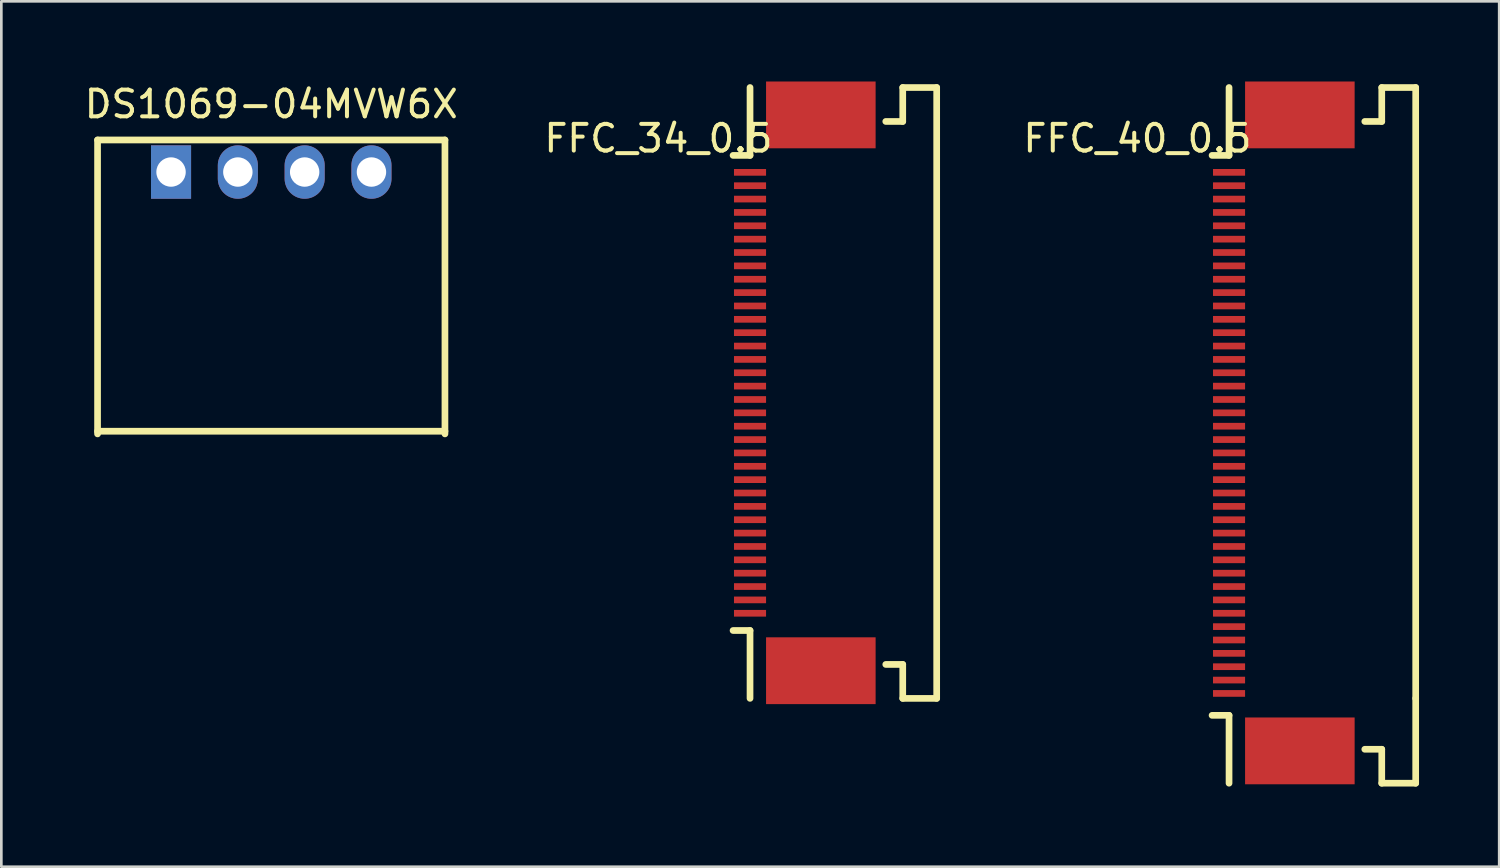
<source format=kicad_pcb>
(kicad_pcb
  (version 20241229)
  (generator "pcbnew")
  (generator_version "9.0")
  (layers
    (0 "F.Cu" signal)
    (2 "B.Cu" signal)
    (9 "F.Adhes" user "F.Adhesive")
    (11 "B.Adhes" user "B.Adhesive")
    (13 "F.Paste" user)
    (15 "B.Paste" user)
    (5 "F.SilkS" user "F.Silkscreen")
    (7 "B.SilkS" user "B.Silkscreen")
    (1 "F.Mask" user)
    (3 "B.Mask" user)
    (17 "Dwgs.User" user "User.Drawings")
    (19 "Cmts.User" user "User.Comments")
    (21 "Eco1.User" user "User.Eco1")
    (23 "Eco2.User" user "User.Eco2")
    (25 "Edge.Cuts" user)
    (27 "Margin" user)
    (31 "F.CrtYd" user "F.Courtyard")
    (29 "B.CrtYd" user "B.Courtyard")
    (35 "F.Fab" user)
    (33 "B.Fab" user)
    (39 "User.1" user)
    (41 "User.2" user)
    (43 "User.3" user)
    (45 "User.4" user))
  (footprint "FFC_40_0.5"
    (layer "F.Cu")
    (at 42.944 3.4)
    (property "Reference" "FFC_40_0.5" (at -3.429 -1.27 180) (layer "F.SilkS") (effects (font (size 1 1) (thickness 0.15))))
    (attr through_hole)
    (fp_line (start -0.635 20.32) (end 0 20.32) (stroke (width 0.25) (type solid)) (layer "F.SilkS"))
    (fp_line (start 0 -3.175) (end 0 -0.635) (stroke (width 0.25) (type solid)) (layer "F.SilkS"))
    (fp_line (start 0 -0.635) (end -0.635 -0.635) (stroke (width 0.25) (type solid)) (layer "F.SilkS"))
    (fp_line (start 0 20.32) (end 0 22.86) (stroke (width 0.25) (type solid)) (layer "F.SilkS"))
    (fp_line (start 5.08 -1.905) (end 5.715 -1.905) (stroke (width 0.25) (type solid)) (layer "F.SilkS"))
    (fp_line (start 5.715 -3.175) (end 6.985 -3.175) (stroke (width 0.25) (type solid)) (layer "F.SilkS"))
    (fp_line (start 5.715 -1.905) (end 5.715 -3.175) (stroke (width 0.25) (type solid)) (layer "F.SilkS"))
    (fp_line (start 5.715 21.59) (end 5.08 21.59) (stroke (width 0.25) (type solid)) (layer "F.SilkS"))
    (fp_line (start 5.715 22.86) (end 5.715 21.59) (stroke (width 0.25) (type solid)) (layer "F.SilkS"))
    (fp_line (start 6.985 -3.175) (end 6.985 19.685) (stroke (width 0.25) (type solid)) (layer "F.SilkS"))
    (fp_line (start 6.985 19.685) (end 6.985 22.86) (stroke (width 0.25) (type solid)) (layer "F.SilkS"))
    (fp_line (start 6.985 22.86) (end 5.715 22.86) (stroke (width 0.25) (type solid)) (layer "F.SilkS"))
    (pad "1" smd rect (at 0 0) (size 1.2 0.25) (layers "F.Cu" "F.Mask" "F.Paste"))
    (pad "2" smd rect (at 0 0.5) (size 1.2 0.25) (layers "F.Cu" "F.Mask" "F.Paste"))
    (pad "3" smd rect (at 0 1) (size 1.2 0.25) (layers "F.Cu" "F.Mask" "F.Paste"))
    (pad "4" smd rect (at 0 1.5) (size 1.2 0.25) (layers "F.Cu" "F.Mask" "F.Paste"))
    (pad "5" smd rect (at 0 2) (size 1.2 0.25) (layers "F.Cu" "F.Mask" "F.Paste"))
    (pad "6" smd rect (at 0 2.5) (size 1.2 0.25) (layers "F.Cu" "F.Mask" "F.Paste"))
    (pad "7" smd rect (at 0 3) (size 1.2 0.25) (layers "F.Cu" "F.Mask" "F.Paste"))
    (pad "8" smd rect (at 0 3.5) (size 1.2 0.25) (layers "F.Cu" "F.Mask" "F.Paste"))
    (pad "9" smd rect (at 0 4) (size 1.2 0.25) (layers "F.Cu" "F.Mask" "F.Paste"))
    (pad "10" smd rect (at 0 4.5) (size 1.2 0.25) (layers "F.Cu" "F.Mask" "F.Paste"))
    (pad "11" smd rect (at 0 5) (size 1.2 0.25) (layers "F.Cu" "F.Mask" "F.Paste"))
    (pad "12" smd rect (at 0 5.5) (size 1.2 0.25) (layers "F.Cu" "F.Mask" "F.Paste"))
    (pad "13" smd rect (at 0 6) (size 1.2 0.25) (layers "F.Cu" "F.Mask" "F.Paste"))
    (pad "14" smd rect (at 0 6.5) (size 1.2 0.25) (layers "F.Cu" "F.Mask" "F.Paste"))
    (pad "15" smd rect (at 0 7) (size 1.2 0.25) (layers "F.Cu" "F.Mask" "F.Paste"))
    (pad "16" smd rect (at 0 7.5) (size 1.2 0.25) (layers "F.Cu" "F.Mask" "F.Paste"))
    (pad "17" smd rect (at 0 8) (size 1.2 0.25) (layers "F.Cu" "F.Mask" "F.Paste"))
    (pad "18" smd rect (at 0 8.5) (size 1.2 0.25) (layers "F.Cu" "F.Mask" "F.Paste"))
    (pad "19" smd rect (at 0 9) (size 1.2 0.25) (layers "F.Cu" "F.Mask" "F.Paste"))
    (pad "20" smd rect (at 0 9.5) (size 1.2 0.25) (layers "F.Cu" "F.Mask" "F.Paste"))
    (pad "21" smd rect (at 0 10) (size 1.2 0.25) (layers "F.Cu" "F.Mask" "F.Paste"))
    (pad "22" smd rect (at 0 10.5) (size 1.2 0.25) (layers "F.Cu" "F.Mask" "F.Paste"))
    (pad "23" smd rect (at 0 11) (size 1.2 0.25) (layers "F.Cu" "F.Mask" "F.Paste"))
    (pad "24" smd rect (at 0 11.5) (size 1.2 0.25) (layers "F.Cu" "F.Mask" "F.Paste"))
    (pad "25" smd rect (at 0 12) (size 1.2 0.25) (layers "F.Cu" "F.Mask" "F.Paste"))
    (pad "26" smd rect (at 0 12.5) (size 1.2 0.25) (layers "F.Cu" "F.Mask" "F.Paste"))
    (pad "27" smd rect (at 0 13) (size 1.2 0.25) (layers "F.Cu" "F.Mask" "F.Paste"))
    (pad "28" smd rect (at 0 13.5) (size 1.2 0.25) (layers "F.Cu" "F.Mask" "F.Paste"))
    (pad "29" smd rect (at 0 14) (size 1.2 0.25) (layers "F.Cu" "F.Mask" "F.Paste"))
    (pad "30" smd rect (at 0 14.5) (size 1.2 0.25) (layers "F.Cu" "F.Mask" "F.Paste"))
    (pad "31" smd rect (at 0 15) (size 1.2 0.25) (layers "F.Cu" "F.Mask" "F.Paste"))
    (pad "32" smd rect (at 0 15.5) (size 1.2 0.25) (layers "F.Cu" "F.Mask" "F.Paste"))
    (pad "33" smd rect (at 0 16) (size 1.2 0.25) (layers "F.Cu" "F.Mask" "F.Paste"))
    (pad "34" smd rect (at 0 16.5) (size 1.2 0.25) (layers "F.Cu" "F.Mask" "F.Paste"))
    (pad "35" smd rect (at 0 17) (size 1.2 0.25) (layers "F.Cu" "F.Mask" "F.Paste"))
    (pad "36" smd rect (at 0 17.5) (size 1.2 0.25) (layers "F.Cu" "F.Mask" "F.Paste"))
    (pad "37" smd rect (at 0 18) (size 1.2 0.25) (layers "F.Cu" "F.Mask" "F.Paste"))
    (pad "38" smd rect (at 0 18.5) (size 1.2 0.25) (layers "F.Cu" "F.Mask" "F.Paste"))
    (pad "39" smd rect (at 0 19) (size 1.2 0.25) (layers "F.Cu" "F.Mask" "F.Paste"))
    (pad "40" smd rect (at 0 19.5) (size 1.2 0.25) (layers "F.Cu" "F.Mask" "F.Paste"))
    (pad "M1" smd rect (at 2.65 -2.15) (size 4.1 2.5) (layers "F.Cu" "F.Mask" "F.Paste"))
    (pad "M1" smd rect (at 2.65 21.65) (size 4.1 2.5) (layers "F.Cu" "F.Mask" "F.Paste")))
  (footprint "FFC_34_0.5"
    (layer "F.Cu")
    (at 25.018 3.4)
    (property "Reference" "FFC_34_0.5" (at -3.429 -1.27 180) (layer "F.SilkS") (effects (font (size 1 1) (thickness 0.15))))
    (attr through_hole)
    (fp_line (start -0.635 17.145) (end 0 17.145) (stroke (width 0.25) (type solid)) (layer "F.SilkS"))
    (fp_line (start 0 -3.175) (end 0 -0.635) (stroke (width 0.25) (type solid)) (layer "F.SilkS"))
    (fp_line (start 0 -0.635) (end -0.635 -0.635) (stroke (width 0.25) (type solid)) (layer "F.SilkS"))
    (fp_line (start 0 17.145) (end 0 19.685) (stroke (width 0.25) (type solid)) (layer "F.SilkS"))
    (fp_line (start 5.08 -1.905) (end 5.715 -1.905) (stroke (width 0.25) (type solid)) (layer "F.SilkS"))
    (fp_line (start 5.715 -3.175) (end 6.985 -3.175) (stroke (width 0.25) (type solid)) (layer "F.SilkS"))
    (fp_line (start 5.715 -1.905) (end 5.715 -3.175) (stroke (width 0.25) (type solid)) (layer "F.SilkS"))
    (fp_line (start 5.715 18.415) (end 5.08 18.415) (stroke (width 0.25) (type solid)) (layer "F.SilkS"))
    (fp_line (start 5.715 19.685) (end 5.715 18.415) (stroke (width 0.25) (type solid)) (layer "F.SilkS"))
    (fp_line (start 6.985 -3.175) (end 6.985 19.685) (stroke (width 0.25) (type solid)) (layer "F.SilkS"))
    (fp_line (start 6.985 19.685) (end 5.715 19.685) (stroke (width 0.25) (type solid)) (layer "F.SilkS"))
    (pad "1" smd rect (at 0 0) (size 1.2 0.25) (layers "F.Cu" "F.Mask" "F.Paste"))
    (pad "2" smd rect (at 0 0.5) (size 1.2 0.25) (layers "F.Cu" "F.Mask" "F.Paste"))
    (pad "3" smd rect (at 0 1) (size 1.2 0.25) (layers "F.Cu" "F.Mask" "F.Paste"))
    (pad "4" smd rect (at 0 1.5) (size 1.2 0.25) (layers "F.Cu" "F.Mask" "F.Paste"))
    (pad "5" smd rect (at 0 2) (size 1.2 0.25) (layers "F.Cu" "F.Mask" "F.Paste"))
    (pad "6" smd rect (at 0 2.5) (size 1.2 0.25) (layers "F.Cu" "F.Mask" "F.Paste"))
    (pad "7" smd rect (at 0 3) (size 1.2 0.25) (layers "F.Cu" "F.Mask" "F.Paste"))
    (pad "8" smd rect (at 0 3.5) (size 1.2 0.25) (layers "F.Cu" "F.Mask" "F.Paste"))
    (pad "9" smd rect (at 0 4) (size 1.2 0.25) (layers "F.Cu" "F.Mask" "F.Paste"))
    (pad "10" smd rect (at 0 4.5) (size 1.2 0.25) (layers "F.Cu" "F.Mask" "F.Paste"))
    (pad "11" smd rect (at 0 5) (size 1.2 0.25) (layers "F.Cu" "F.Mask" "F.Paste"))
    (pad "12" smd rect (at 0 5.5) (size 1.2 0.25) (layers "F.Cu" "F.Mask" "F.Paste"))
    (pad "13" smd rect (at 0 6) (size 1.2 0.25) (layers "F.Cu" "F.Mask" "F.Paste"))
    (pad "14" smd rect (at 0 6.5) (size 1.2 0.25) (layers "F.Cu" "F.Mask" "F.Paste"))
    (pad "15" smd rect (at 0 7) (size 1.2 0.25) (layers "F.Cu" "F.Mask" "F.Paste"))
    (pad "16" smd rect (at 0 7.5) (size 1.2 0.25) (layers "F.Cu" "F.Mask" "F.Paste"))
    (pad "17" smd rect (at 0 8) (size 1.2 0.25) (layers "F.Cu" "F.Mask" "F.Paste"))
    (pad "18" smd rect (at 0 8.5) (size 1.2 0.25) (layers "F.Cu" "F.Mask" "F.Paste"))
    (pad "19" smd rect (at 0 9) (size 1.2 0.25) (layers "F.Cu" "F.Mask" "F.Paste"))
    (pad "20" smd rect (at 0 9.5) (size 1.2 0.25) (layers "F.Cu" "F.Mask" "F.Paste"))
    (pad "21" smd rect (at 0 10) (size 1.2 0.25) (layers "F.Cu" "F.Mask" "F.Paste"))
    (pad "22" smd rect (at 0 10.5) (size 1.2 0.25) (layers "F.Cu" "F.Mask" "F.Paste"))
    (pad "23" smd rect (at 0 11) (size 1.2 0.25) (layers "F.Cu" "F.Mask" "F.Paste"))
    (pad "24" smd rect (at 0 11.5) (size 1.2 0.25) (layers "F.Cu" "F.Mask" "F.Paste"))
    (pad "25" smd rect (at 0 12) (size 1.2 0.25) (layers "F.Cu" "F.Mask" "F.Paste"))
    (pad "26" smd rect (at 0 12.5) (size 1.2 0.25) (layers "F.Cu" "F.Mask" "F.Paste"))
    (pad "27" smd rect (at 0 13) (size 1.2 0.25) (layers "F.Cu" "F.Mask" "F.Paste"))
    (pad "28" smd rect (at 0 13.5) (size 1.2 0.25) (layers "F.Cu" "F.Mask" "F.Paste"))
    (pad "29" smd rect (at 0 14) (size 1.2 0.25) (layers "F.Cu" "F.Mask" "F.Paste"))
    (pad "30" smd rect (at 0 14.5) (size 1.2 0.25) (layers "F.Cu" "F.Mask" "F.Paste"))
    (pad "31" smd rect (at 0 15) (size 1.2 0.25) (layers "F.Cu" "F.Mask" "F.Paste"))
    (pad "32" smd rect (at 0 15.5) (size 1.2 0.25) (layers "F.Cu" "F.Mask" "F.Paste"))
    (pad "33" smd rect (at 0 16) (size 1.2 0.25) (layers "F.Cu" "F.Mask" "F.Paste"))
    (pad "34" smd rect (at 0 16.5) (size 1.2 0.25) (layers "F.Cu" "F.Mask" "F.Paste"))
    (pad "M1" smd rect (at 2.65 -2.15) (size 4.1 2.5) (layers "F.Cu" "F.Mask" "F.Paste"))
    (pad "M1" smd rect (at 2.65 18.65) (size 4.1 2.5) (layers "F.Cu" "F.Mask" "F.Paste")))
  (footprint "DS1069-04MVW6X"
    (layer "F.Cu")
    (at 7.101 3.388)
    (property "Reference" "DS1069-04MVW6X" (at 0 -2.54 0) (layer "F.SilkS") (effects (font (size 1 1) (thickness 0.15))))
    (attr through_hole)
    (fp_line (start -6.5 -1.2) (end -6.5 9.8) (stroke (width 0.25) (type solid)) (layer "F.SilkS"))
    (fp_line (start 6.5 -1.2) (end -6.5 -1.2) (stroke (width 0.25) (type solid)) (layer "F.SilkS"))
    (fp_line (start 6.5 -1.2) (end 6.5 9.8) (stroke (width 0.25) (type solid)) (layer "F.SilkS"))
    (fp_line (start 6.5 9.7) (end -6.5 9.7) (stroke (width 0.25) (type solid)) (layer "F.SilkS"))
    (pad "1" thru_hole rect (at -3.75 0) (size 1.5 2) (drill 1.1) (layers "*.Cu" "*.Mask"))
    (pad "2" thru_hole oval (at -1.25 0) (size 1.5 2) (drill 1.1) (layers "*.Cu" "*.Mask"))
    (pad "3" thru_hole oval (at 1.25 0) (size 1.5 2) (drill 1.1) (layers "*.Cu" "*.Mask"))
    (pad "4" thru_hole oval (at 3.75 0) (size 1.5 2) (drill 1.1) (layers "*.Cu" "*.Mask")))
  (gr_rect
    (start -3 -3)
    (end 53.054 29.385)
    (stroke (width 0.1) (type default))
    (fill no)
    (layer "Edge.Cuts")))
</source>
